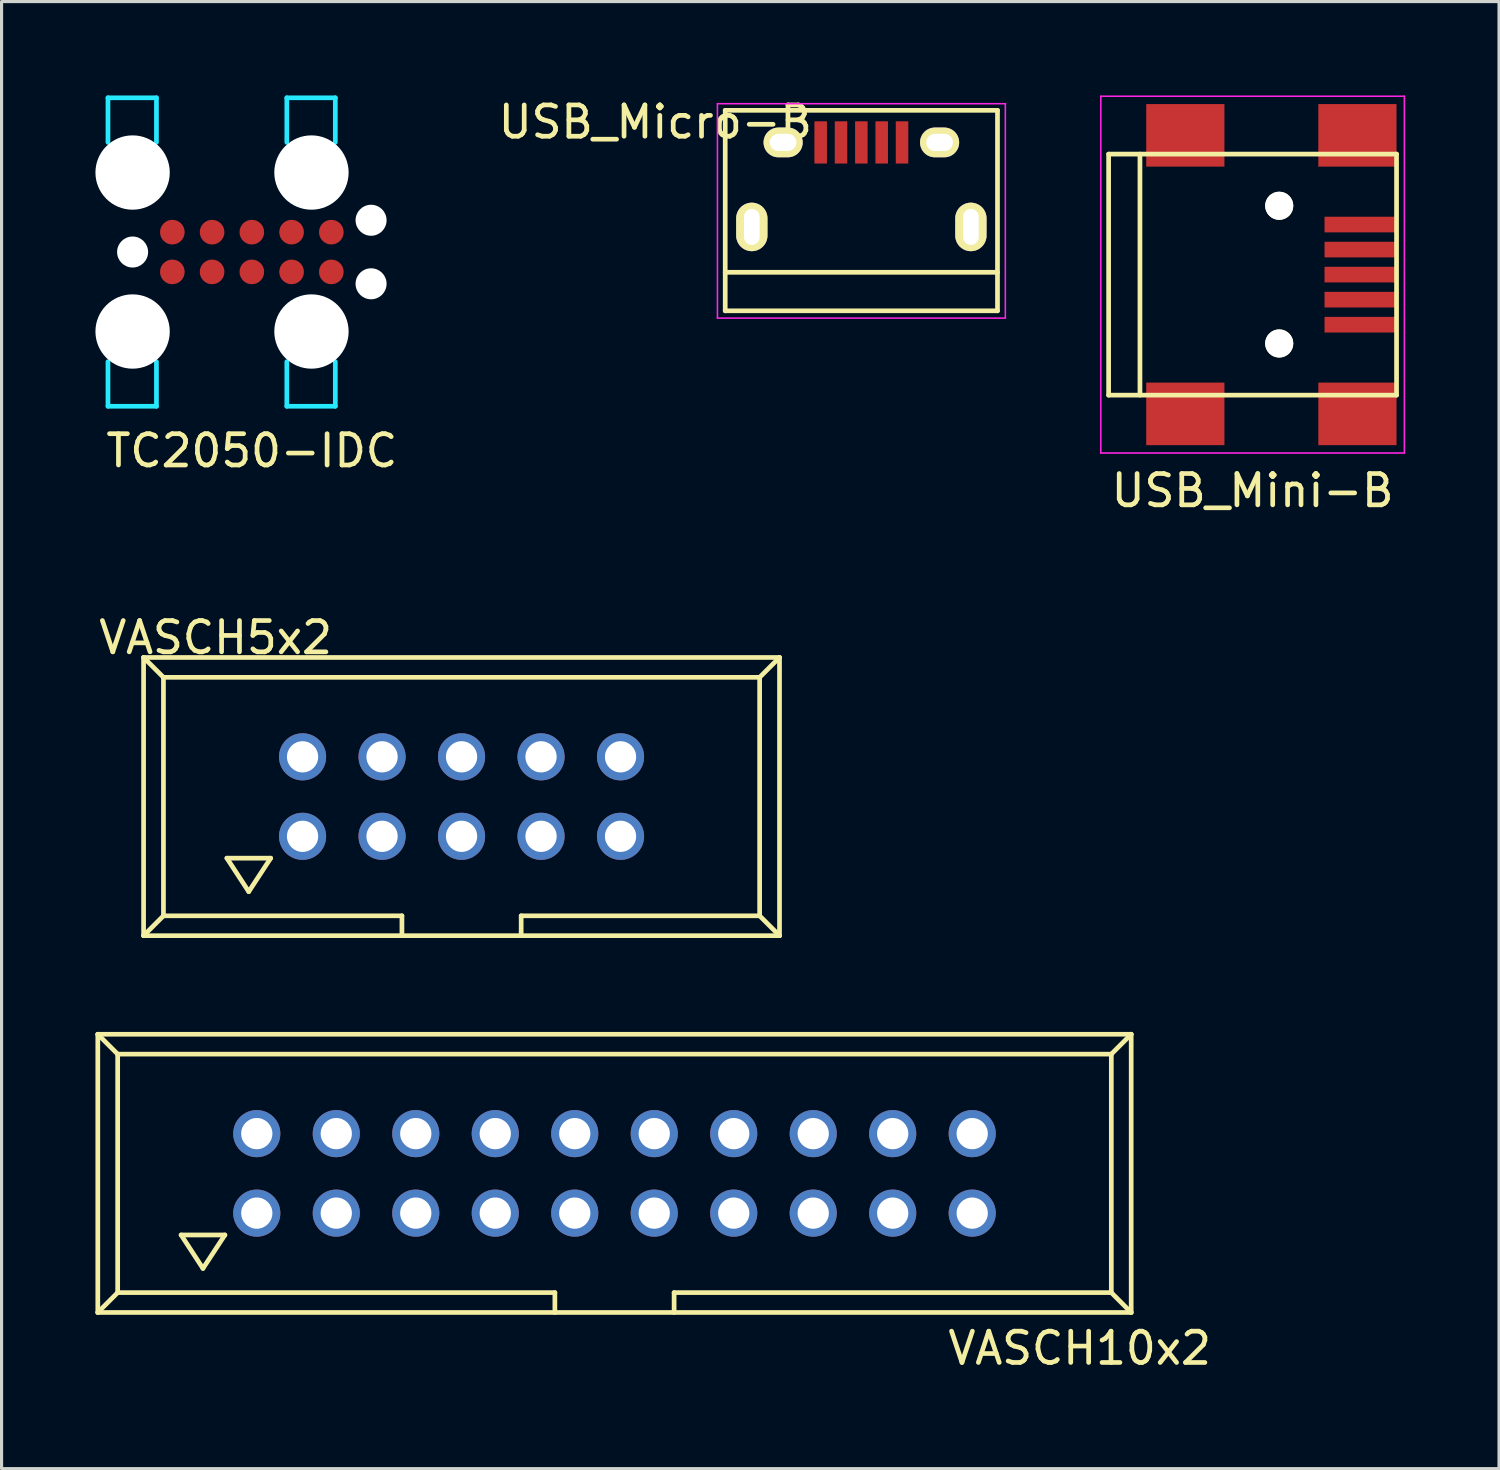
<source format=kicad_pcb>
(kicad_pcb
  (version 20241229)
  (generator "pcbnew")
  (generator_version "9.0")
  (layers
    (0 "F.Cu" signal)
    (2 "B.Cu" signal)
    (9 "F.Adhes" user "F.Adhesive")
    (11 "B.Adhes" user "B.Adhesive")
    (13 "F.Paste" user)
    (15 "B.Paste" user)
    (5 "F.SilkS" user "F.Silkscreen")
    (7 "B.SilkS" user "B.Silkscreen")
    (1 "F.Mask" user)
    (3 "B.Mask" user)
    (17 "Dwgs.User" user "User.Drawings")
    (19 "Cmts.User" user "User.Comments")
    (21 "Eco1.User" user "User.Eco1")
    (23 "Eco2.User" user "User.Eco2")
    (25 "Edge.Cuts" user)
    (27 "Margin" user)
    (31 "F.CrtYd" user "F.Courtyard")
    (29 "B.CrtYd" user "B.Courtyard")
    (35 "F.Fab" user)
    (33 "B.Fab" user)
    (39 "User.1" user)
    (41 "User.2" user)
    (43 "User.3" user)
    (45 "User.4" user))
  (footprint "VASCH10x2"
    (layer "F.Cu")
    (at 16.585 34.443)
    (property "Reference" "VASCH10x2" (at 14.865 5.587 0) (layer "F.SilkS") (effects (font (size 1 1) (thickness 0.15))))
    (attr exclude_from_pos_files exclude_from_bom)
    (fp_line (start -16.51 -4.445) (end -16.51 4.445) (stroke (width 0.15) (type solid)) (layer "F.SilkS"))
    (fp_line (start -16.51 -4.445) (end -15.875 -3.81) (stroke (width 0.15) (type solid)) (layer "F.SilkS"))
    (fp_line (start -16.51 4.445) (end 16.51 4.445) (stroke (width 0.15) (type solid)) (layer "F.SilkS"))
    (fp_line (start -15.875 -3.81) (end -15.875 3.81) (stroke (width 0.15) (type solid)) (layer "F.SilkS"))
    (fp_line (start -15.875 -3.81) (end 15.875 -3.81) (stroke (width 0.15) (type solid)) (layer "F.SilkS"))
    (fp_line (start -15.875 3.81) (end -16.51 4.445) (stroke (width 0.15) (type solid)) (layer "F.SilkS"))
    (fp_line (start -15.875 3.81) (end -1.905 3.81) (stroke (width 0.15) (type solid)) (layer "F.SilkS"))
    (fp_line (start -13.848 1.968) (end -13.15 3.038) (stroke (width 0.15) (type solid)) (layer "F.SilkS"))
    (fp_line (start -13.15 3.038) (end -12.449 1.968) (stroke (width 0.15) (type solid)) (layer "F.SilkS"))
    (fp_line (start -12.449 1.968) (end -13.848 1.968) (stroke (width 0.15) (type solid)) (layer "F.SilkS"))
    (fp_line (start -1.905 3.81) (end -1.905 4.445) (stroke (width 0.15) (type solid)) (layer "F.SilkS"))
    (fp_line (start 1.905 3.81) (end 1.905 4.445) (stroke (width 0.15) (type solid)) (layer "F.SilkS"))
    (fp_line (start 15.875 -3.81) (end 15.875 3.81) (stroke (width 0.15) (type solid)) (layer "F.SilkS"))
    (fp_line (start 15.875 -3.81) (end 16.51 -4.445) (stroke (width 0.15) (type solid)) (layer "F.SilkS"))
    (fp_line (start 15.875 3.81) (end 1.905 3.81) (stroke (width 0.15) (type solid)) (layer "F.SilkS"))
    (fp_line (start 15.875 3.81) (end 16.51 4.445) (stroke (width 0.15) (type solid)) (layer "F.SilkS"))
    (fp_line (start 16.51 -4.445) (end -16.51 -4.445) (stroke (width 0.15) (type solid)) (layer "F.SilkS"))
    (fp_line (start 16.51 -4.445) (end 16.51 4.445) (stroke (width 0.15) (type solid)) (layer "F.SilkS"))
    (pad "1" thru_hole circle (at -11.43 1.27) (size 1.506 1.506) (drill 0.998) (layers "*.Cu" "*.Mask"))
    (pad "2" thru_hole circle (at -11.43 -1.27) (size 1.506 1.506) (drill 0.998) (layers "*.Cu" "*.Mask"))
    (pad "3" thru_hole circle (at -8.89 1.27) (size 1.506 1.506) (drill 0.998) (layers "*.Cu" "*.Mask"))
    (pad "4" thru_hole circle (at -8.89 -1.27) (size 1.506 1.506) (drill 0.998) (layers "*.Cu" "*.Mask"))
    (pad "5" thru_hole circle (at -6.35 1.27) (size 1.506 1.506) (drill 0.998) (layers "*.Cu" "*.Mask"))
    (pad "6" thru_hole circle (at -6.35 -1.27) (size 1.506 1.506) (drill 0.998) (layers "*.Cu" "*.Mask"))
    (pad "7" thru_hole circle (at -3.81 1.27) (size 1.506 1.506) (drill 0.998) (layers "*.Cu" "*.Mask"))
    (pad "8" thru_hole circle (at -3.81 -1.27) (size 1.506 1.506) (drill 0.998) (layers "*.Cu" "*.Mask"))
    (pad "9" thru_hole circle (at -1.27 1.27) (size 1.506 1.506) (drill 0.998) (layers "*.Cu" "*.Mask"))
    (pad "10" thru_hole circle (at -1.27 -1.27) (size 1.506 1.506) (drill 0.998) (layers "*.Cu" "*.Mask"))
    (pad "11" thru_hole circle (at 1.27 1.27) (size 1.506 1.506) (drill 0.998) (layers "*.Cu" "*.Mask"))
    (pad "12" thru_hole circle (at 1.27 -1.27) (size 1.506 1.506) (drill 0.998) (layers "*.Cu" "*.Mask"))
    (pad "13" thru_hole circle (at 3.81 1.27) (size 1.506 1.506) (drill 0.998) (layers "*.Cu" "*.Mask"))
    (pad "14" thru_hole circle (at 3.81 -1.27) (size 1.506 1.506) (drill 0.998) (layers "*.Cu" "*.Mask"))
    (pad "15" thru_hole circle (at 6.35 1.27) (size 1.506 1.506) (drill 0.998) (layers "*.Cu" "*.Mask"))
    (pad "16" thru_hole circle (at 6.35 -1.27) (size 1.506 1.506) (drill 0.998) (layers "*.Cu" "*.Mask"))
    (pad "17" thru_hole circle (at 8.89 1.27) (size 1.506 1.506) (drill 0.998) (layers "*.Cu" "*.Mask"))
    (pad "18" thru_hole circle (at 8.89 -1.27) (size 1.506 1.506) (drill 0.998) (layers "*.Cu" "*.Mask"))
    (pad "19" thru_hole circle (at 11.43 1.27) (size 1.506 1.506) (drill 0.998) (layers "*.Cu" "*.Mask"))
    (pad "20" thru_hole circle (at 11.43 -1.27) (size 1.506 1.506) (drill 0.998) (layers "*.Cu" "*.Mask")))
  (footprint "TC2050-IDC"
    (layer "F.Cu")
    (at 4.997 5.003)
    (property "Reference" "TC2050-IDC" (at 0 6.35 0) (layer "F.SilkS") (effects (font (size 1 1) (thickness 0.15))))
    (attr through_hole)
    (fp_line (start -4.597 -4.928) (end -4.597 -3.505) (stroke (width 0.15) (type solid)) (layer "B.CrtYd"))
    (fp_line (start -4.597 4.928) (end -4.597 3.505) (stroke (width 0.15) (type solid)) (layer "B.CrtYd"))
    (fp_line (start -4.597 4.928) (end -3.048 4.928) (stroke (width 0.15) (type solid)) (layer "B.CrtYd"))
    (fp_line (start -3.048 -4.928) (end -4.597 -4.928) (stroke (width 0.15) (type solid)) (layer "B.CrtYd"))
    (fp_line (start -3.048 -4.928) (end -3.048 -3.505) (stroke (width 0.15) (type solid)) (layer "B.CrtYd"))
    (fp_line (start -3.048 4.928) (end -3.048 3.505) (stroke (width 0.15) (type solid)) (layer "B.CrtYd"))
    (fp_line (start 1.118 -4.928) (end 1.118 -3.505) (stroke (width 0.15) (type solid)) (layer "B.CrtYd"))
    (fp_line (start 1.118 4.928) (end 1.118 3.505) (stroke (width 0.15) (type solid)) (layer "B.CrtYd"))
    (fp_line (start 1.118 4.928) (end 2.667 4.928) (stroke (width 0.15) (type solid)) (layer "B.CrtYd"))
    (fp_line (start 2.667 -4.928) (end 1.118 -4.928) (stroke (width 0.15) (type solid)) (layer "B.CrtYd"))
    (fp_line (start 2.667 -4.928) (end 2.667 -3.505) (stroke (width 0.15) (type solid)) (layer "B.CrtYd"))
    (fp_line (start 2.667 4.928) (end 2.667 3.505) (stroke (width 0.15) (type solid)) (layer "B.CrtYd"))
    (pad "" np_thru_hole circle (at -3.81 -2.54) (size 2.375 2.375) (drill 2.375) (layers "*.Cu"))
    (pad "" np_thru_hole circle (at -3.81 0) (size 0.991 0.991) (drill 0.991) (layers "*.Cu"))
    (pad "" np_thru_hole circle (at -3.81 2.54) (size 2.375 2.375) (drill 2.375) (layers "*.Cu"))
    (pad "" np_thru_hole circle (at 1.905 -2.54) (size 2.375 2.375) (drill 2.375) (layers "*.Cu"))
    (pad "" np_thru_hole circle (at 1.905 2.54) (size 2.375 2.375) (drill 2.375) (layers "*.Cu"))
    (pad "" np_thru_hole circle (at 3.81 -1.015) (size 0.991 0.991) (drill 0.991) (layers "*.Cu"))
    (pad "" np_thru_hole circle (at 3.81 1.015) (size 0.991 0.991) (drill 0.991) (layers "*.Cu"))
    (pad "1" smd circle (at -2.54 0.635) (size 0.787 0.787) (layers "F.Cu" "F.Mask"))
    (pad "2" smd circle (at -1.27 0.635) (size 0.787 0.787) (layers "F.Cu" "F.Mask"))
    (pad "3" smd circle (at 0 0.635) (size 0.787 0.787) (layers "F.Cu" "F.Mask"))
    (pad "4" smd circle (at 1.27 0.635) (size 0.787 0.787) (layers "F.Cu" "F.Mask"))
    (pad "5" smd circle (at 2.54 0.635) (size 0.787 0.787) (layers "F.Cu" "F.Mask"))
    (pad "6" smd circle (at 2.54 -0.635) (size 0.787 0.787) (layers "F.Cu" "F.Mask"))
    (pad "7" smd circle (at 1.27 -0.635) (size 0.787 0.787) (layers "F.Cu" "F.Mask"))
    (pad "8" smd circle (at 0 -0.635) (size 0.787 0.787) (layers "F.Cu" "F.Mask"))
    (pad "9" smd circle (at -1.27 -0.635) (size 0.787 0.787) (layers "F.Cu" "F.Mask"))
    (pad "10" smd circle (at -2.54 -0.635) (size 0.787 0.787) (layers "F.Cu" "F.Mask")))
  (footprint "USB_Micro-B"
    (layer "F.Cu")
    (at 24.474 3.064)
    (property "Reference" "USB_Micro-B" (at -6.584 -2.216 0) (layer "F.SilkS") (effects (font (size 1 1) (thickness 0.15))))
    (attr smd)
    (fp_line (start -4.351 -2.588) (end 4.349 -2.588) (stroke (width 0.15) (type solid)) (layer "F.SilkS"))
    (fp_line (start -4.351 3.817) (end -4.351 -2.588) (stroke (width 0.15) (type solid)) (layer "F.SilkS"))
    (fp_line (start -4.351 3.817) (end 4.349 3.817) (stroke (width 0.15) (type solid)) (layer "F.SilkS"))
    (fp_line (start 4.349 -2.588) (end 4.349 3.817) (stroke (width 0.15) (type solid)) (layer "F.SilkS"))
    (fp_line (start 4.349 2.587) (end -4.351 2.587) (stroke (width 0.15) (type solid)) (layer "F.SilkS"))
    (fp_line (start -4.6 -2.8) (end 4.6 -2.8) (stroke (width 0.05) (type solid)) (layer "F.CrtYd"))
    (fp_line (start -4.6 4.05) (end -4.6 -2.8) (stroke (width 0.05) (type solid)) (layer "F.CrtYd"))
    (fp_line (start 4.6 -2.8) (end 4.6 4.05) (stroke (width 0.05) (type solid)) (layer "F.CrtYd"))
    (fp_line (start 4.6 4.05) (end -4.6 4.05) (stroke (width 0.05) (type solid)) (layer "F.CrtYd"))
    (pad "1" smd rect (at -1.301 -1.563 90) (size 1.35 0.4) (layers "F.Cu" "F.Mask" "F.Paste"))
    (pad "2" smd rect (at -0.651 -1.563 90) (size 1.35 0.4) (layers "F.Cu" "F.Mask" "F.Paste"))
    (pad "3" smd rect (at -0.001 -1.563 90) (size 1.35 0.4) (layers "F.Cu" "F.Mask" "F.Paste"))
    (pad "4" smd rect (at 0.649 -1.563 90) (size 1.35 0.4) (layers "F.Cu" "F.Mask" "F.Paste"))
    (pad "5" smd rect (at 1.299 -1.563 90) (size 1.35 0.4) (layers "F.Cu" "F.Mask" "F.Paste"))
    (pad "6" thru_hole oval (at -3.501 1.137 90) (size 1.55 1) (drill oval 1.15 0.5) (layers "*.Cu" "*.Mask" "F.SilkS"))
    (pad "6" thru_hole oval (at -2.501 -1.563 90) (size 0.95 1.25) (drill oval 0.55 0.85) (layers "*.Cu" "*.Mask" "F.SilkS"))
    (pad "6" thru_hole oval (at 2.499 -1.563 90) (size 0.95 1.25) (drill oval 0.55 0.85) (layers "*.Cu" "*.Mask" "F.SilkS"))
    (pad "6" thru_hole oval (at 3.499 1.137 90) (size 1.55 1) (drill oval 1.15 0.5) (layers "*.Cu" "*.Mask" "F.SilkS")))
  (footprint "USB_Mini-B"
    (layer "F.Cu")
    (at 36.974 5.725)
    (property "Reference" "USB_Mini-B" (at 0 6.901 0) (layer "F.SilkS") (effects (font (size 1 1) (thickness 0.15))))
    (attr smd)
    (fp_line (start -4.6 -3.851) (end -4.6 3.851) (stroke (width 0.15) (type solid)) (layer "F.SilkS"))
    (fp_line (start -4.6 3.851) (end 4.6 3.851) (stroke (width 0.15) (type solid)) (layer "F.SilkS"))
    (fp_line (start -3.599 -3.851) (end -3.599 3.851) (stroke (width 0.15) (type solid)) (layer "F.SilkS"))
    (fp_line (start 4.6 -3.851) (end -4.6 -3.851) (stroke (width 0.15) (type solid)) (layer "F.SilkS"))
    (fp_line (start 4.6 3.851) (end 4.6 -3.851) (stroke (width 0.15) (type solid)) (layer "F.SilkS"))
    (fp_line (start -4.85 -5.7) (end 4.85 -5.7) (stroke (width 0.05) (type solid)) (layer "F.CrtYd"))
    (fp_line (start -4.85 5.7) (end -4.85 -5.7) (stroke (width 0.05) (type solid)) (layer "F.CrtYd"))
    (fp_line (start 4.85 -5.7) (end 4.85 5.7) (stroke (width 0.05) (type solid)) (layer "F.CrtYd"))
    (fp_line (start 4.85 5.7) (end -4.85 5.7) (stroke (width 0.05) (type solid)) (layer "F.CrtYd"))
    (pad "" np_thru_hole circle (at 0.851 -2.2) (size 0.899 0.899) (drill 0.899) (layers "*.Cu" "*.Mask" "F.SilkS"))
    (pad "" np_thru_hole circle (at 0.851 2.2) (size 0.899 0.899) (drill 0.899) (layers "*.Cu" "*.Mask" "F.SilkS"))
    (pad "1" smd rect (at 3.449 -1.6) (size 2.301 0.5) (layers "F.Cu" "F.Mask" "F.Paste"))
    (pad "2" smd rect (at 3.449 -0.8) (size 2.301 0.5) (layers "F.Cu" "F.Mask" "F.Paste"))
    (pad "3" smd rect (at 3.449 0) (size 2.301 0.5) (layers "F.Cu" "F.Mask" "F.Paste"))
    (pad "4" smd rect (at 3.449 0.8) (size 2.301 0.5) (layers "F.Cu" "F.Mask" "F.Paste"))
    (pad "5" smd rect (at 3.449 1.6) (size 2.301 0.5) (layers "F.Cu" "F.Mask" "F.Paste"))
    (pad "6" smd rect (at -2.149 -4.45) (size 2.499 1.999) (layers "F.Cu" "F.Mask" "F.Paste"))
    (pad "6" smd rect (at -2.149 4.45) (size 2.499 1.999) (layers "F.Cu" "F.Mask" "F.Paste"))
    (pad "6" smd rect (at 3.35 -4.45) (size 2.499 1.999) (layers "F.Cu" "F.Mask" "F.Paste"))
    (pad "6" smd rect (at 3.35 4.45) (size 2.499 1.999) (layers "F.Cu" "F.Mask" "F.Paste")))
  (footprint "VASCH5x2"
    (layer "F.Cu")
    (at 11.698 22.403)
    (property "Reference" "VASCH5x2" (at -7.858 -5.08 0) (layer "F.SilkS") (effects (font (size 1 1) (thickness 0.15))))
    (attr exclude_from_pos_files exclude_from_bom)
    (fp_line (start -10.16 -4.445) (end -10.16 4.445) (stroke (width 0.15) (type solid)) (layer "F.SilkS"))
    (fp_line (start -10.16 4.445) (end 10.16 4.445) (stroke (width 0.15) (type solid)) (layer "F.SilkS"))
    (fp_line (start -9.525 -3.81) (end -10.16 -4.445) (stroke (width 0.15) (type solid)) (layer "F.SilkS"))
    (fp_line (start -9.525 -3.81) (end -9.525 3.81) (stroke (width 0.15) (type solid)) (layer "F.SilkS"))
    (fp_line (start -9.525 3.81) (end -10.16 4.445) (stroke (width 0.15) (type solid)) (layer "F.SilkS"))
    (fp_line (start -9.525 3.81) (end -1.905 3.81) (stroke (width 0.15) (type solid)) (layer "F.SilkS"))
    (fp_line (start -7.498 1.968) (end -6.8 3.038) (stroke (width 0.15) (type solid)) (layer "F.SilkS"))
    (fp_line (start -6.8 3.038) (end -6.099 1.968) (stroke (width 0.15) (type solid)) (layer "F.SilkS"))
    (fp_line (start -6.099 1.968) (end -7.498 1.968) (stroke (width 0.15) (type solid)) (layer "F.SilkS"))
    (fp_line (start -1.905 3.81) (end -1.905 4.445) (stroke (width 0.15) (type solid)) (layer "F.SilkS"))
    (fp_line (start 1.905 3.81) (end 9.525 3.81) (stroke (width 0.15) (type solid)) (layer "F.SilkS"))
    (fp_line (start 1.905 4.445) (end 1.905 3.81) (stroke (width 0.15) (type solid)) (layer "F.SilkS"))
    (fp_line (start 9.525 -3.81) (end -9.525 -3.81) (stroke (width 0.15) (type solid)) (layer "F.SilkS"))
    (fp_line (start 9.525 -3.81) (end 10.16 -4.445) (stroke (width 0.15) (type solid)) (layer "F.SilkS"))
    (fp_line (start 9.525 3.81) (end 9.525 -3.81) (stroke (width 0.15) (type solid)) (layer "F.SilkS"))
    (fp_line (start 9.525 3.81) (end 10.16 4.445) (stroke (width 0.15) (type solid)) (layer "F.SilkS"))
    (fp_line (start 10.16 -4.445) (end -10.16 -4.445) (stroke (width 0.15) (type solid)) (layer "F.SilkS"))
    (fp_line (start 10.16 -4.445) (end 10.16 4.445) (stroke (width 0.15) (type solid)) (layer "F.SilkS"))
    (pad "1" thru_hole circle (at -5.08 1.27) (size 1.506 1.506) (drill 0.998) (layers "*.Cu" "*.Mask"))
    (pad "2" thru_hole circle (at -5.08 -1.27) (size 1.506 1.506) (drill 0.998) (layers "*.Cu" "*.Mask"))
    (pad "3" thru_hole circle (at -2.54 1.27) (size 1.506 1.506) (drill 0.998) (layers "*.Cu" "*.Mask"))
    (pad "4" thru_hole circle (at -2.54 -1.27) (size 1.506 1.506) (drill 0.998) (layers "*.Cu" "*.Mask"))
    (pad "5" thru_hole circle (at 0 1.27) (size 1.506 1.506) (drill 0.998) (layers "*.Cu" "*.Mask"))
    (pad "6" thru_hole circle (at 0 -1.27) (size 1.506 1.506) (drill 0.998) (layers "*.Cu" "*.Mask"))
    (pad "7" thru_hole circle (at 2.54 1.27) (size 1.506 1.506) (drill 0.998) (layers "*.Cu" "*.Mask"))
    (pad "8" thru_hole circle (at 2.54 -1.27) (size 1.506 1.506) (drill 0.998) (layers "*.Cu" "*.Mask"))
    (pad "9" thru_hole circle (at 5.08 1.27) (size 1.506 1.506) (drill 0.998) (layers "*.Cu" "*.Mask"))
    (pad "10" thru_hole circle (at 5.08 -1.27) (size 1.506 1.506) (drill 0.998) (layers "*.Cu" "*.Mask")))
  (gr_rect
    (start -3 -3)
    (end 44.849 43.878)
    (stroke (width 0.1) (type default))
    (fill no)
    (layer "Edge.Cuts")))
</source>
